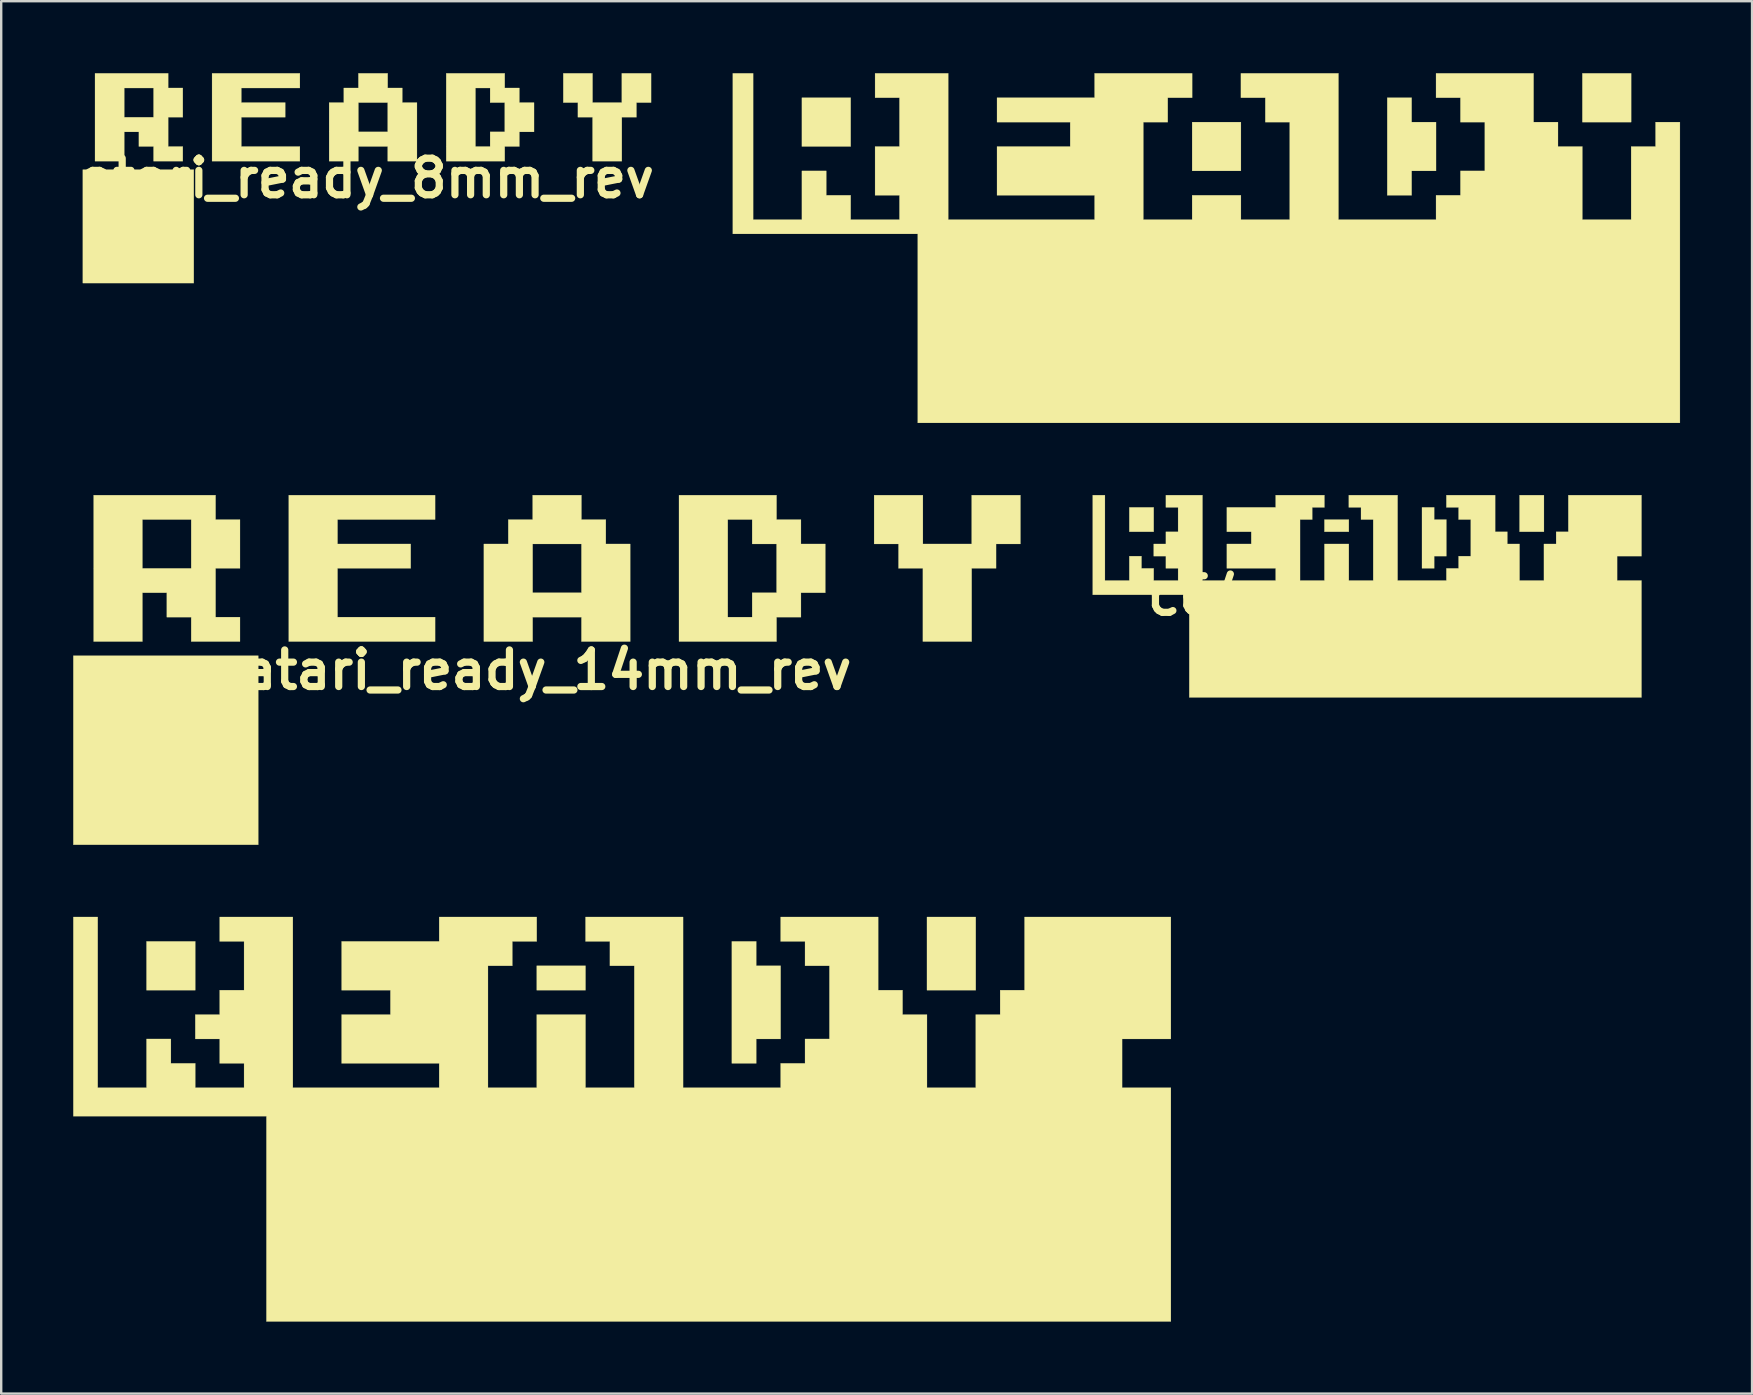
<source format=kicad_pcb>
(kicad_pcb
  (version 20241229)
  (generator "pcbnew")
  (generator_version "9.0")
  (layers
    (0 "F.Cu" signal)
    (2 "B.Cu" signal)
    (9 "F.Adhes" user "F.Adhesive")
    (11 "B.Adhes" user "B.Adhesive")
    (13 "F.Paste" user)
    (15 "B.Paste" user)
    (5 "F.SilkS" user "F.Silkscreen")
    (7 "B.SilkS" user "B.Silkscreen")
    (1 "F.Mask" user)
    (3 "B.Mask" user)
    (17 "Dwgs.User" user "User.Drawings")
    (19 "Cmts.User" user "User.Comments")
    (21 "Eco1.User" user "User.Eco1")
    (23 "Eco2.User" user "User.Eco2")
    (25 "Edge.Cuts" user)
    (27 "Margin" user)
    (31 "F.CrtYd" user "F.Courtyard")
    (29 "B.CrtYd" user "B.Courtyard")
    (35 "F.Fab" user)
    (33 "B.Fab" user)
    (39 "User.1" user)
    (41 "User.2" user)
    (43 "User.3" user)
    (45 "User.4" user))
  (footprint "c64_ready_16"
    (layer "F.Cu")
    (at 22.865 43.532)
    (property "Reference" "c64_ready_16" (at 0 0 0) (layer "F.SilkS") (effects (font (size 1.524 1.524) (thickness 0.3))))
    (attr exclude_from_pos_files exclude_from_bom)
    (fp_poly (pts (xy -17.78 -5.334) (xy -19.812 -5.334) (xy -19.812 -7.366) (xy -17.78 -7.366) (xy -17.78 -5.334)) (stroke (width 0.01) (type solid)) (fill yes) (layer "F.SilkS"))
    (fp_poly (pts (xy -1.524 -5.334) (xy -3.556 -5.334) (xy -3.556 -6.35) (xy -1.524 -6.35) (xy -1.524 -5.334)) (stroke (width 0.01) (type solid)) (fill yes) (layer "F.SilkS"))
    (fp_poly (pts (xy 14.732 -5.334) (xy 12.7 -5.334) (xy 12.7 -8.382) (xy 14.732 -8.382) (xy 14.732 -5.334)) (stroke (width 0.01) (type solid)) (fill yes) (layer "F.SilkS"))
    (fp_poly (pts (xy 5.588 -6.35) (xy 6.604 -6.35) (xy 6.604 -3.302) (xy 5.588 -3.302) (xy 5.588 -2.286) (xy 4.572 -2.286) (xy 4.572 -7.366) (xy 5.588 -7.366) (xy 5.588 -6.35)) (stroke (width 0.01) (type solid)) (fill yes) (layer "F.SilkS"))
    (fp_poly (pts (xy -21.844 -1.27) (xy -19.812 -1.27) (xy -19.812 -3.302) (xy -18.796 -3.302) (xy -18.796 -2.286) (xy -17.78 -2.286) (xy -17.78 -1.27) (xy -15.748 -1.27) (xy -15.748 -2.286) (xy -16.764 -2.286) (xy -16.764 -3.302) (xy -17.78 -3.302) (xy -17.78 -4.318) (xy -16.764 -4.318) (xy -16.764 -5.334) (xy -15.748 -5.334) (xy -15.748 -7.366) (xy -16.764 -7.366) (xy -16.764 -8.382) (xy -13.716 -8.382) (xy -13.716 -1.27) (xy -7.62 -1.27) (xy -7.62 -2.286) (xy -11.684 -2.286) (xy -11.684 -4.318) (xy -9.652 -4.318) (xy -9.652 -5.334) (xy -11.684 -5.334) (xy -11.684 -7.366) (xy -7.62 -7.366) (xy -7.62 -8.382) (xy -3.556 -8.382) (xy -3.556 -7.366) (xy -4.572 -7.366) (xy -4.572 -6.35) (xy -5.588 -6.35) (xy -5.588 -1.27) (xy -3.556 -1.27) (xy -3.556 -4.318) (xy -1.524 -4.318) (xy -1.524 -1.27) (xy 0.508 -1.27) (xy 0.508 -6.35) (xy -0.508 -6.35) (xy -0.508 -7.366) (xy -1.524 -7.366) (xy -1.524 -8.382) (xy 2.54 -8.382) (xy 2.54 -1.27) (xy 6.604 -1.27) (xy 6.604 -2.286) (xy 7.62 -2.286) (xy 7.62 -3.302) (xy 8.636 -3.302) (xy 8.636 -6.35) (xy 7.62 -6.35) (xy 7.62 -7.366) (xy 6.604 -7.366) (xy 6.604 -8.382) (xy 10.668 -8.382) (xy 10.668 -5.334) (xy 11.684 -5.334) (xy 11.684 -4.318) (xy 12.7 -4.318) (xy 12.7 -1.27) (xy 14.732 -1.27) (xy 14.732 -4.318) (xy 15.748 -4.318) (xy 15.748 -5.334) (xy 16.764 -5.334) (xy 16.764 -8.382) (xy 22.86 -8.382) (xy 22.86 -3.302) (xy 20.828 -3.302) (xy 20.828 -1.27) (xy 22.86 -1.27) (xy 22.86 8.467) (xy -14.817 8.467) (xy -14.817 -0.085) (xy -22.86 -0.085) (xy -22.86 -8.382) (xy -21.844 -8.382) (xy -21.844 -1.27)) (stroke (width 0.01) (type solid)) (fill yes) (layer "F.SilkS")))
  (footprint "c64_ready_8mm"
    (layer "F.Cu")
    (at 53.9 21.769)
    (property "Reference" "c64_ready_8mm" (at 0 0 0) (layer "F.SilkS") (effects (font (size 1.524 1.524) (thickness 0.3))))
    (attr through_hole)
    (fp_poly (pts (xy -8.89 -2.667) (xy -9.906 -2.667) (xy -9.906 -3.683) (xy -8.89 -3.683) (xy -8.89 -2.667)) (stroke (width 0.01) (type solid)) (fill yes) (layer "F.SilkS"))
    (fp_poly (pts (xy -0.762 -2.667) (xy -1.778 -2.667) (xy -1.778 -3.175) (xy -0.762 -3.175) (xy -0.762 -2.667)) (stroke (width 0.01) (type solid)) (fill yes) (layer "F.SilkS"))
    (fp_poly (pts (xy 7.366 -2.667) (xy 6.35 -2.667) (xy 6.35 -4.191) (xy 7.366 -4.191) (xy 7.366 -2.667)) (stroke (width 0.01) (type solid)) (fill yes) (layer "F.SilkS"))
    (fp_poly (pts (xy 2.794 -3.175) (xy 3.302 -3.175) (xy 3.302 -1.651) (xy 2.794 -1.651) (xy 2.794 -1.143) (xy 2.286 -1.143) (xy 2.286 -3.683) (xy 2.794 -3.683) (xy 2.794 -3.175)) (stroke (width 0.01) (type solid)) (fill yes) (layer "F.SilkS"))
    (fp_poly (pts (xy -10.922 -0.635) (xy -9.906 -0.635) (xy -9.906 -1.651) (xy -9.398 -1.651) (xy -9.398 -1.143) (xy -8.89 -1.143) (xy -8.89 -0.635) (xy -7.874 -0.635) (xy -7.874 -1.143) (xy -8.382 -1.143) (xy -8.382 -1.651) (xy -8.89 -1.651) (xy -8.89 -2.159) (xy -8.382 -2.159) (xy -8.382 -2.667) (xy -7.874 -2.667) (xy -7.874 -3.683) (xy -8.382 -3.683) (xy -8.382 -4.191) (xy -6.858 -4.191) (xy -6.858 -0.635) (xy -3.81 -0.635) (xy -3.81 -1.143) (xy -5.842 -1.143) (xy -5.842 -2.159) (xy -4.826 -2.159) (xy -4.826 -2.667) (xy -5.842 -2.667) (xy -5.842 -3.683) (xy -3.81 -3.683) (xy -3.81 -4.191) (xy -1.778 -4.191) (xy -1.778 -3.683) (xy -2.286 -3.683) (xy -2.286 -3.175) (xy -2.794 -3.175) (xy -2.794 -0.635) (xy -1.778 -0.635) (xy -1.778 -2.159) (xy -0.762 -2.159) (xy -0.762 -0.635) (xy 0.254 -0.635) (xy 0.254 -3.175) (xy -0.254 -3.175) (xy -0.254 -3.683) (xy -0.762 -3.683) (xy -0.762 -4.191) (xy 1.27 -4.191) (xy 1.27 -0.635) (xy 3.302 -0.635) (xy 3.302 -1.143) (xy 3.81 -1.143) (xy 3.81 -1.651) (xy 4.318 -1.651) (xy 4.318 -3.175) (xy 3.81 -3.175) (xy 3.81 -3.683) (xy 3.302 -3.683) (xy 3.302 -4.191) (xy 5.334 -4.191) (xy 5.334 -2.667) (xy 5.842 -2.667) (xy 5.842 -2.159) (xy 6.35 -2.159) (xy 6.35 -0.635) (xy 7.366 -0.635) (xy 7.366 -2.159) (xy 7.874 -2.159) (xy 7.874 -2.667) (xy 8.382 -2.667) (xy 8.382 -4.191) (xy 11.43 -4.191) (xy 11.43 -1.651) (xy 10.414 -1.651) (xy 10.414 -0.635) (xy 11.43 -0.635) (xy 11.43 4.233) (xy -7.408 4.233) (xy -7.408 -0.042) (xy -11.43 -0.042) (xy -11.43 -4.191) (xy -10.922 -4.191) (xy -10.922 -0.635)) (stroke (width 0.01) (type solid)) (fill yes) (layer "F.SilkS")))
  (footprint "atari_ready_14mm"
    (layer "F.Cu")
    (at 47.204 7.286)
    (property "Reference" "atari_ready_14mm" (at 0 0 0) (layer "F.SilkS") (effects (font (size 1.524 1.524) (thickness 0.3))))
    (attr exclude_from_pos_files exclude_from_bom)
    (fp_poly (pts (xy -14.817 -4.233) (xy -16.849 -4.233) (xy -16.849 -6.265) (xy -14.817 -6.265) (xy -14.817 -4.233)) (stroke (width 0.01) (type solid)) (fill yes) (layer "F.SilkS"))
    (fp_poly (pts (xy 1.439 -3.217) (xy -0.593 -3.217) (xy -0.593 -5.249) (xy 1.439 -5.249) (xy 1.439 -3.217)) (stroke (width 0.01) (type solid)) (fill yes) (layer "F.SilkS"))
    (fp_poly (pts (xy 17.695 -5.249) (xy 15.663 -5.249) (xy 15.663 -7.281) (xy 17.695 -7.281) (xy 17.695 -5.249)) (stroke (width 0.01) (type solid)) (fill yes) (layer "F.SilkS"))
    (fp_poly (pts (xy 8.551 -5.249) (xy 9.567 -5.249) (xy 9.567 -3.217) (xy 8.551 -3.217) (xy 8.551 -2.201) (xy 7.535 -2.201) (xy 7.535 -6.265) (xy 8.551 -6.265) (xy 8.551 -5.249)) (stroke (width 0.01) (type solid)) (fill yes) (layer "F.SilkS"))
    (fp_poly (pts (xy -18.881 -1.185) (xy -16.849 -1.185) (xy -16.849 -3.217) (xy -15.833 -3.217) (xy -15.833 -2.201) (xy -14.817 -2.201) (xy -14.817 -1.185) (xy -12.785 -1.185) (xy -12.785 -2.201) (xy -13.801 -2.201) (xy -13.801 -4.233) (xy -12.785 -4.233) (xy -12.785 -6.265) (xy -13.801 -6.265) (xy -13.801 -7.281) (xy -10.753 -7.281) (xy -10.753 -1.185) (xy -4.657 -1.185) (xy -4.657 -2.201) (xy -8.721 -2.201) (xy -8.721 -4.233) (xy -5.673 -4.233) (xy -5.673 -5.249) (xy -8.721 -5.249) (xy -8.721 -6.265) (xy -4.657 -6.265) (xy -4.657 -7.281) (xy -0.593 -7.281) (xy -0.593 -6.265) (xy -1.609 -6.265) (xy -1.609 -5.249) (xy -2.625 -5.249) (xy -2.625 -1.185) (xy -0.593 -1.185) (xy -0.593 -2.201) (xy 1.439 -2.201) (xy 1.439 -1.185) (xy 3.471 -1.185) (xy 3.471 -5.249) (xy 2.455 -5.249) (xy 2.455 -6.265) (xy 1.439 -6.265) (xy 1.439 -7.281) (xy 5.503 -7.281) (xy 5.503 -1.185) (xy 9.567 -1.185) (xy 9.567 -2.201) (xy 10.583 -2.201) (xy 10.583 -3.217) (xy 11.599 -3.217) (xy 11.599 -5.249) (xy 10.583 -5.249) (xy 10.583 -6.265) (xy 9.567 -6.265) (xy 9.567 -7.281) (xy 13.631 -7.281) (xy 13.631 -5.249) (xy 14.647 -5.249) (xy 14.647 -4.233) (xy 15.663 -4.233) (xy 15.663 -1.185) (xy 17.695 -1.185) (xy 17.695 -4.233) (xy 18.711 -4.233) (xy 18.711 -5.249) (xy 19.727 -5.249) (xy 19.727 7.281) (xy -12.023 7.281) (xy -12.023 -0.593) (xy -19.727 -0.593) (xy -19.727 -7.281) (xy -18.881 -7.281) (xy -18.881 -1.185)) (stroke (width 0.01) (type solid)) (fill yes) (layer "F.SilkS")))
  (footprint "atari_ready_14mm_rev"
    (layer "F.Cu")
    (at 19.732 24.859)
    (property "Reference" "atari_ready_14mm_rev" (at 0 0 0) (layer "F.SilkS") (effects (font (size 1.524 1.524) (thickness 0.3))))
    (attr through_hole)
    (fp_poly (pts (xy -12.023 7.281) (xy -19.727 7.281) (xy -19.727 -0.593) (xy -12.023 -0.593) (xy -12.023 7.281)) (stroke (width 0.01) (type solid)) (fill yes) (layer "F.SilkS"))
    (fp_poly (pts (xy -4.657 -6.265) (xy -8.721 -6.265) (xy -8.721 -5.249) (xy -5.673 -5.249) (xy -5.673 -4.233) (xy -8.721 -4.233) (xy -8.721 -2.201) (xy -4.657 -2.201) (xy -4.657 -1.185) (xy -10.753 -1.185) (xy -10.753 -7.281) (xy -4.657 -7.281) (xy -4.657 -6.265)) (stroke (width 0.01) (type solid)) (fill yes) (layer "F.SilkS"))
    (fp_poly (pts (xy 15.663 -5.249) (xy 17.695 -5.249) (xy 17.695 -7.281) (xy 19.727 -7.281) (xy 19.727 -5.249) (xy 18.711 -5.249) (xy 18.711 -4.233) (xy 17.695 -4.233) (xy 17.695 -1.185) (xy 15.663 -1.185) (xy 15.663 -4.233) (xy 14.647 -4.233) (xy 14.647 -5.249) (xy 13.631 -5.249) (xy 13.631 -7.281) (xy 15.663 -7.281) (xy 15.663 -5.249)) (stroke (width 0.01) (type solid)) (fill yes) (layer "F.SilkS"))
    (fp_poly (pts (xy 1.439 -6.265) (xy 2.455 -6.265) (xy 2.455 -5.249) (xy 3.471 -5.249) (xy 3.471 -1.185) (xy 1.439 -1.185) (xy 1.439 -2.201) (xy -0.593 -2.201) (xy -0.593 -1.185) (xy -2.625 -1.185) (xy -2.625 -5.249) (xy -1.609 -5.249) (xy -0.593 -5.249) (xy -0.593 -3.217) (xy 1.439 -3.217) (xy 1.439 -5.249) (xy -0.593 -5.249) (xy -1.609 -5.249) (xy -1.609 -6.265) (xy -0.593 -6.265) (xy -0.593 -7.281) (xy 1.439 -7.281) (xy 1.439 -6.265)) (stroke (width 0.01) (type solid)) (fill yes) (layer "F.SilkS"))
    (fp_poly (pts (xy -13.801 -6.265) (xy -12.785 -6.265) (xy -12.785 -4.233) (xy -13.801 -4.233) (xy -13.801 -2.201) (xy -12.785 -2.201) (xy -12.785 -1.185) (xy -14.817 -1.185) (xy -14.817 -2.201) (xy -15.833 -2.201) (xy -15.833 -3.217) (xy -16.849 -3.217) (xy -16.849 -1.185) (xy -18.881 -1.185) (xy -18.881 -6.265) (xy -16.849 -6.265) (xy -16.849 -4.233) (xy -14.817 -4.233) (xy -14.817 -6.265) (xy -16.849 -6.265) (xy -18.881 -6.265) (xy -18.881 -7.281) (xy -13.801 -7.281) (xy -13.801 -6.265)) (stroke (width 0.01) (type solid)) (fill yes) (layer "F.SilkS"))
    (fp_poly (pts (xy 9.567 -6.265) (xy 10.583 -6.265) (xy 10.583 -5.249) (xy 11.599 -5.249) (xy 11.599 -3.217) (xy 10.583 -3.217) (xy 10.583 -2.201) (xy 9.567 -2.201) (xy 9.567 -1.185) (xy 5.503 -1.185) (xy 5.503 -6.265) (xy 7.535 -6.265) (xy 7.535 -2.201) (xy 8.551 -2.201) (xy 8.551 -3.217) (xy 9.567 -3.217) (xy 9.567 -5.249) (xy 8.551 -5.249) (xy 8.551 -6.265) (xy 7.535 -6.265) (xy 5.503 -6.265) (xy 5.503 -7.281) (xy 9.567 -7.281) (xy 9.567 -6.265)) (stroke (width 0.01) (type solid)) (fill yes) (layer "F.SilkS")))
  (footprint "atari_ready_8mm_rev"
    (layer "F.Cu")
    (at 12.236 4.374)
    (property "Reference" "atari_ready_8mm_rev" (at 0 0 0) (layer "F.SilkS") (effects (font (size 1.524 1.524) (thickness 0.3))))
    (attr exclude_from_pos_files exclude_from_bom)
    (fp_poly (pts (xy -7.214 4.369) (xy -11.836 4.369) (xy -11.836 -0.356) (xy -7.214 -0.356) (xy -7.214 4.369)) (stroke (width 0.01) (type solid)) (fill yes) (layer "F.SilkS"))
    (fp_poly (pts (xy -2.794 -3.759) (xy -5.232 -3.759) (xy -5.232 -3.15) (xy -3.404 -3.15) (xy -3.404 -2.54) (xy -5.232 -2.54) (xy -5.232 -1.321) (xy -2.794 -1.321) (xy -2.794 -0.711) (xy -6.452 -0.711) (xy -6.452 -4.369) (xy -2.794 -4.369) (xy -2.794 -3.759)) (stroke (width 0.01) (type solid)) (fill yes) (layer "F.SilkS"))
    (fp_poly (pts (xy 9.398 -3.15) (xy 10.617 -3.15) (xy 10.617 -4.369) (xy 11.836 -4.369) (xy 11.836 -3.15) (xy 11.227 -3.15) (xy 11.227 -2.54) (xy 10.617 -2.54) (xy 10.617 -0.711) (xy 9.398 -0.711) (xy 9.398 -2.54) (xy 8.788 -2.54) (xy 8.788 -3.15) (xy 8.179 -3.15) (xy 8.179 -4.369) (xy 9.398 -4.369) (xy 9.398 -3.15)) (stroke (width 0.01) (type solid)) (fill yes) (layer "F.SilkS"))
    (fp_poly (pts (xy 0.864 -3.759) (xy 1.473 -3.759) (xy 1.473 -3.15) (xy 2.083 -3.15) (xy 2.083 -0.711) (xy 0.864 -0.711) (xy 0.864 -1.321) (xy -0.356 -1.321) (xy -0.356 -0.711) (xy -1.575 -0.711) (xy -1.575 -3.15) (xy -0.965 -3.15) (xy -0.356 -3.15) (xy -0.356 -1.93) (xy 0.864 -1.93) (xy 0.864 -3.15) (xy -0.356 -3.15) (xy -0.965 -3.15) (xy -0.965 -3.759) (xy -0.356 -3.759) (xy -0.356 -4.369) (xy 0.864 -4.369) (xy 0.864 -3.759)) (stroke (width 0.01) (type solid)) (fill yes) (layer "F.SilkS"))
    (fp_poly (pts (xy -8.28 -3.759) (xy -7.671 -3.759) (xy -7.671 -2.54) (xy -8.28 -2.54) (xy -8.28 -1.321) (xy -7.671 -1.321) (xy -7.671 -0.711) (xy -8.89 -0.711) (xy -8.89 -1.321) (xy -9.5 -1.321) (xy -9.5 -1.93) (xy -10.109 -1.93) (xy -10.109 -0.711) (xy -11.328 -0.711) (xy -11.328 -3.759) (xy -10.109 -3.759) (xy -10.109 -2.54) (xy -8.89 -2.54) (xy -8.89 -3.759) (xy -10.109 -3.759) (xy -11.328 -3.759) (xy -11.328 -4.369) (xy -8.28 -4.369) (xy -8.28 -3.759)) (stroke (width 0.01) (type solid)) (fill yes) (layer "F.SilkS"))
    (fp_poly (pts (xy 5.74 -3.759) (xy 6.35 -3.759) (xy 6.35 -3.15) (xy 6.96 -3.15) (xy 6.96 -1.93) (xy 6.35 -1.93) (xy 6.35 -1.321) (xy 5.74 -1.321) (xy 5.74 -0.711) (xy 3.302 -0.711) (xy 3.302 -3.759) (xy 4.521 -3.759) (xy 4.521 -1.321) (xy 5.131 -1.321) (xy 5.131 -1.93) (xy 5.74 -1.93) (xy 5.74 -3.15) (xy 5.131 -3.15) (xy 5.131 -3.759) (xy 4.521 -3.759) (xy 3.302 -3.759) (xy 3.302 -4.369) (xy 5.74 -4.369) (xy 5.74 -3.759)) (stroke (width 0.01) (type solid)) (fill yes) (layer "F.SilkS")))
  (gr_rect
    (start -3 -3)
    (end 69.936 55.004)
    (stroke (width 0.1) (type default))
    (fill no)
    (layer "Edge.Cuts")))
</source>
